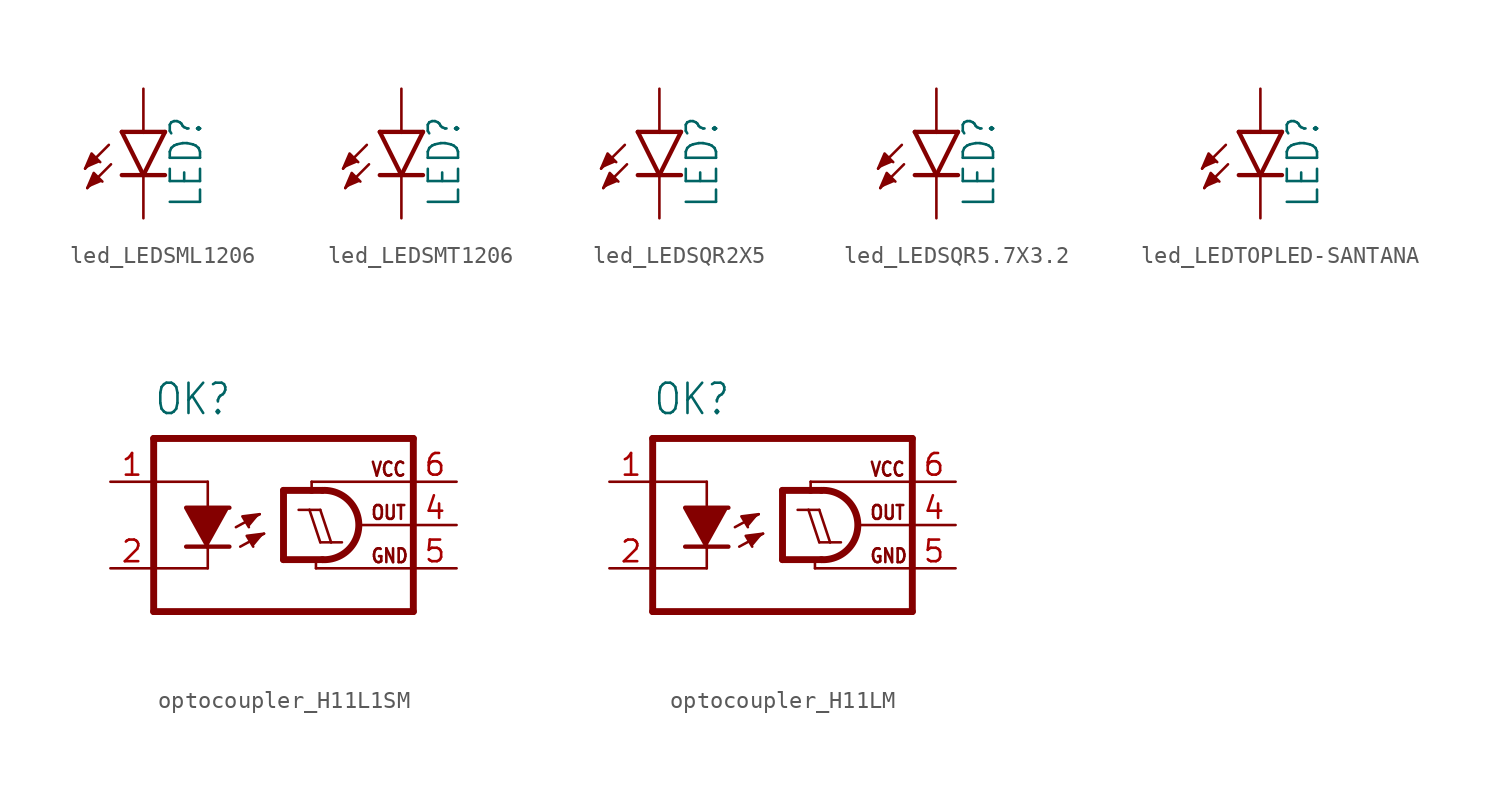
<source format=kicad_sym>
(kicad_symbol_lib
  (version 20241209)
  (generator "kicad_symbol_editor")
  (generator_version "9.0")
  (symbol "led_LEDSML1206"
    (property "Reference" "LED"
      (at 3.556 -4.572 90)
      (effects (font (size 1.778 1.511)) (justify left bottom)))
    (property "Value" ""
      (at 5.715 -4.572 90)
      (effects (font (size 1.778 1.511)) (justify left bottom)))
    (property "ki_locked" ""
      (at 0 0 0)
      (effects (font (size 1.27 1.27))))
    (symbol "led_LEDSML1206_1_0"
      (polyline (pts (xy -3.429 -2.159) (xy -3.048 -1.27) (xy -2.54 -1.778)) (stroke (width 0.152) (type solid)) (fill (type outline)))
      (polyline (pts (xy -3.302 -3.302) (xy -2.921 -2.413) (xy -2.413 -2.921)) (stroke (width 0.152) (type solid)) (fill (type outline)))
      (polyline (pts (xy -2.032 -0.762) (xy -3.429 -2.159)) (stroke (width 0.152) (type solid)) (fill (type none)))
      (polyline (pts (xy -1.905 -1.905) (xy -3.302 -3.302)) (stroke (width 0.152) (type solid)) (fill (type none)))
      (polyline (pts (xy 0 0) (xy -1.27 0)) (stroke (width 0.254) (type solid)) (fill (type none)))
      (polyline (pts (xy 0 -2.54) (xy -1.27 0)) (stroke (width 0.254) (type solid)) (fill (type none)))
      (polyline (pts (xy 0 -2.54) (xy -1.27 -2.54)) (stroke (width 0.254) (type solid)) (fill (type none)))
      (polyline (pts (xy 1.27 0) (xy 0 0)) (stroke (width 0.254) (type solid)) (fill (type none)))
      (polyline (pts (xy 1.27 0) (xy 0 -2.54)) (stroke (width 0.254) (type solid)) (fill (type none)))
      (polyline (pts (xy 1.27 -2.54) (xy 0 -2.54)) (stroke (width 0.254) (type solid)) (fill (type none)))
      (pin passive line (at 0 2.54 270) (length 2.54) (name "A" (effects (font (size 0 0)))) (number "A" (effects (font (size 0 0)))))
      (pin passive line (at 0 -5.08 90) (length 2.54) (name "C" (effects (font (size 0 0)))) (number "C" (effects (font (size 0 0)))))))
  (symbol "led_LEDSMT1206"
    (property "Reference" "LED"
      (at 3.556 -4.572 90)
      (effects (font (size 1.778 1.511)) (justify left bottom)))
    (property "Value" ""
      (at 5.715 -4.572 90)
      (effects (font (size 1.778 1.511)) (justify left bottom)))
    (property "ki_locked" ""
      (at 0 0 0)
      (effects (font (size 1.27 1.27))))
    (symbol "led_LEDSMT1206_1_0"
      (polyline (pts (xy -3.429 -2.159) (xy -3.048 -1.27) (xy -2.54 -1.778)) (stroke (width 0.152) (type solid)) (fill (type outline)))
      (polyline (pts (xy -3.302 -3.302) (xy -2.921 -2.413) (xy -2.413 -2.921)) (stroke (width 0.152) (type solid)) (fill (type outline)))
      (polyline (pts (xy -2.032 -0.762) (xy -3.429 -2.159)) (stroke (width 0.152) (type solid)) (fill (type none)))
      (polyline (pts (xy -1.905 -1.905) (xy -3.302 -3.302)) (stroke (width 0.152) (type solid)) (fill (type none)))
      (polyline (pts (xy 0 0) (xy -1.27 0)) (stroke (width 0.254) (type solid)) (fill (type none)))
      (polyline (pts (xy 0 -2.54) (xy -1.27 0)) (stroke (width 0.254) (type solid)) (fill (type none)))
      (polyline (pts (xy 0 -2.54) (xy -1.27 -2.54)) (stroke (width 0.254) (type solid)) (fill (type none)))
      (polyline (pts (xy 1.27 0) (xy 0 0)) (stroke (width 0.254) (type solid)) (fill (type none)))
      (polyline (pts (xy 1.27 0) (xy 0 -2.54)) (stroke (width 0.254) (type solid)) (fill (type none)))
      (polyline (pts (xy 1.27 -2.54) (xy 0 -2.54)) (stroke (width 0.254) (type solid)) (fill (type none)))
      (pin passive line (at 0 2.54 270) (length 2.54) (name "A" (effects (font (size 0 0)))) (number "A" (effects (font (size 0 0)))))
      (pin passive line (at 0 -5.08 90) (length 2.54) (name "C" (effects (font (size 0 0)))) (number "C" (effects (font (size 0 0)))))))
  (symbol "led_LEDSQR2X5"
    (property "Reference" "LED"
      (at 3.556 -4.572 90)
      (effects (font (size 1.778 1.511)) (justify left bottom)))
    (property "Value" ""
      (at 5.715 -4.572 90)
      (effects (font (size 1.778 1.511)) (justify left bottom)))
    (property "ki_locked" ""
      (at 0 0 0)
      (effects (font (size 1.27 1.27))))
    (symbol "led_LEDSQR2X5_1_0"
      (polyline (pts (xy -3.429 -2.159) (xy -3.048 -1.27) (xy -2.54 -1.778)) (stroke (width 0.152) (type solid)) (fill (type outline)))
      (polyline (pts (xy -3.302 -3.302) (xy -2.921 -2.413) (xy -2.413 -2.921)) (stroke (width 0.152) (type solid)) (fill (type outline)))
      (polyline (pts (xy -2.032 -0.762) (xy -3.429 -2.159)) (stroke (width 0.152) (type solid)) (fill (type none)))
      (polyline (pts (xy -1.905 -1.905) (xy -3.302 -3.302)) (stroke (width 0.152) (type solid)) (fill (type none)))
      (polyline (pts (xy 0 0) (xy -1.27 0)) (stroke (width 0.254) (type solid)) (fill (type none)))
      (polyline (pts (xy 0 -2.54) (xy -1.27 0)) (stroke (width 0.254) (type solid)) (fill (type none)))
      (polyline (pts (xy 0 -2.54) (xy -1.27 -2.54)) (stroke (width 0.254) (type solid)) (fill (type none)))
      (polyline (pts (xy 1.27 0) (xy 0 0)) (stroke (width 0.254) (type solid)) (fill (type none)))
      (polyline (pts (xy 1.27 0) (xy 0 -2.54)) (stroke (width 0.254) (type solid)) (fill (type none)))
      (polyline (pts (xy 1.27 -2.54) (xy 0 -2.54)) (stroke (width 0.254) (type solid)) (fill (type none)))
      (pin passive line (at 0 2.54 270) (length 2.54) (name "A" (effects (font (size 0 0)))) (number "A" (effects (font (size 0 0)))))
      (pin passive line (at 0 -5.08 90) (length 2.54) (name "C" (effects (font (size 0 0)))) (number "K" (effects (font (size 0 0)))))))
  (symbol "led_LEDSQR5.7X3.2"
    (property "Reference" "LED"
      (at 3.556 -4.572 90)
      (effects (font (size 1.778 1.511)) (justify left bottom)))
    (property "Value" ""
      (at 5.715 -4.572 90)
      (effects (font (size 1.778 1.511)) (justify left bottom)))
    (property "ki_locked" ""
      (at 0 0 0)
      (effects (font (size 1.27 1.27))))
    (symbol "led_LEDSQR5.7X3.2_1_0"
      (polyline (pts (xy -3.429 -2.159) (xy -3.048 -1.27) (xy -2.54 -1.778)) (stroke (width 0.152) (type solid)) (fill (type outline)))
      (polyline (pts (xy -3.302 -3.302) (xy -2.921 -2.413) (xy -2.413 -2.921)) (stroke (width 0.152) (type solid)) (fill (type outline)))
      (polyline (pts (xy -2.032 -0.762) (xy -3.429 -2.159)) (stroke (width 0.152) (type solid)) (fill (type none)))
      (polyline (pts (xy -1.905 -1.905) (xy -3.302 -3.302)) (stroke (width 0.152) (type solid)) (fill (type none)))
      (polyline (pts (xy 0 0) (xy -1.27 0)) (stroke (width 0.254) (type solid)) (fill (type none)))
      (polyline (pts (xy 0 -2.54) (xy -1.27 0)) (stroke (width 0.254) (type solid)) (fill (type none)))
      (polyline (pts (xy 0 -2.54) (xy -1.27 -2.54)) (stroke (width 0.254) (type solid)) (fill (type none)))
      (polyline (pts (xy 1.27 0) (xy 0 0)) (stroke (width 0.254) (type solid)) (fill (type none)))
      (polyline (pts (xy 1.27 0) (xy 0 -2.54)) (stroke (width 0.254) (type solid)) (fill (type none)))
      (polyline (pts (xy 1.27 -2.54) (xy 0 -2.54)) (stroke (width 0.254) (type solid)) (fill (type none)))
      (pin passive line (at 0 2.54 270) (length 2.54) (name "A" (effects (font (size 0 0)))) (number "A" (effects (font (size 0 0)))))
      (pin passive line (at 0 -5.08 90) (length 2.54) (name "C" (effects (font (size 0 0)))) (number "K" (effects (font (size 0 0)))))))
  (symbol "led_LEDTOPLED-SANTANA"
    (property "Reference" "LED"
      (at 3.556 -4.572 90)
      (effects (font (size 1.778 1.511)) (justify left bottom)))
    (property "Value" ""
      (at 5.715 -4.572 90)
      (effects (font (size 1.778 1.511)) (justify left bottom)))
    (property "ki_locked" ""
      (at 0 0 0)
      (effects (font (size 1.27 1.27))))
    (symbol "led_LEDTOPLED-SANTANA_1_0"
      (polyline (pts (xy -3.429 -2.159) (xy -3.048 -1.27) (xy -2.54 -1.778)) (stroke (width 0.152) (type solid)) (fill (type outline)))
      (polyline (pts (xy -3.302 -3.302) (xy -2.921 -2.413) (xy -2.413 -2.921)) (stroke (width 0.152) (type solid)) (fill (type outline)))
      (polyline (pts (xy -2.032 -0.762) (xy -3.429 -2.159)) (stroke (width 0.152) (type solid)) (fill (type none)))
      (polyline (pts (xy -1.905 -1.905) (xy -3.302 -3.302)) (stroke (width 0.152) (type solid)) (fill (type none)))
      (polyline (pts (xy 0 0) (xy -1.27 0)) (stroke (width 0.254) (type solid)) (fill (type none)))
      (polyline (pts (xy 0 -2.54) (xy -1.27 0)) (stroke (width 0.254) (type solid)) (fill (type none)))
      (polyline (pts (xy 0 -2.54) (xy -1.27 -2.54)) (stroke (width 0.254) (type solid)) (fill (type none)))
      (polyline (pts (xy 1.27 0) (xy 0 0)) (stroke (width 0.254) (type solid)) (fill (type none)))
      (polyline (pts (xy 1.27 0) (xy 0 -2.54)) (stroke (width 0.254) (type solid)) (fill (type none)))
      (polyline (pts (xy 1.27 -2.54) (xy 0 -2.54)) (stroke (width 0.254) (type solid)) (fill (type none)))
      (pin passive line (at 0 2.54 270) (length 2.54) (name "A" (effects (font (size 0 0)))) (number "A" (effects (font (size 0 0)))))
      (pin passive line (at 0 -5.08 90) (length 2.54) (name "C" (effects (font (size 0 0)))) (number "C" (effects (font (size 0 0)))))))
  (symbol "optocoupler_H11L1SM"
    (property "Reference" "OK"
      (at -7.62 6.35 0)
      (effects (font (size 1.778 1.511)) (justify left bottom)))
    (property "Value" ""
      (at -7.62 -7.62 0)
      (effects (font (size 1.778 1.511)) (justify left bottom)))
    (symbol "optocoupler_H11L1SM_1_0"
      (polyline (pts (xy -7.62 5.08) (xy -7.62 -5.08)) (stroke (width 0.406) (type solid)) (fill (type none)))
      (polyline (pts (xy -7.62 2.54) (xy -4.445 2.54)) (stroke (width 0.152) (type solid)) (fill (type none)))
      (polyline (pts (xy -7.62 -2.54) (xy -4.445 -2.54)) (stroke (width 0.152) (type solid)) (fill (type none)))
      (polyline (pts (xy -4.445 1.143) (xy -4.445 2.54)) (stroke (width 0.152) (type solid)) (fill (type none)))
      (polyline (pts (xy -4.445 -1.27) (xy -5.715 -1.27)) (stroke (width 0.254) (type solid)) (fill (type none)))
      (polyline (pts (xy -4.445 -1.27) (xy -5.715 1.016) (xy -3.175 1.016)) (stroke (width 0.254) (type solid)) (fill (type outline)))
      (polyline (pts (xy -4.445 -2.54) (xy -4.445 -1.27)) (stroke (width 0.152) (type solid)) (fill (type none)))
      (polyline (pts (xy -3.175 -1.27) (xy -4.445 -1.27)) (stroke (width 0.254) (type solid)) (fill (type none)))
      (polyline (pts (xy -2.794 -0.127) (xy -1.397 0.635)) (stroke (width 0.152) (type solid)) (fill (type none)))
      (polyline (pts (xy -2.54 -1.27) (xy -1.143 -0.508)) (stroke (width 0.152) (type solid)) (fill (type none)))
      (polyline (pts (xy -1.397 0.635) (xy -2.413 0.508) (xy -2.032 -0.127)) (stroke (width 0.152) (type solid)) (fill (type outline)))
      (polyline (pts (xy -1.143 -0.508) (xy -2.159 -0.635) (xy -1.778 -1.27)) (stroke (width 0.152) (type solid)) (fill (type outline)))
      (polyline (pts (xy 0 2.032) (xy 0 -2.032)) (stroke (width 0.406) (type solid)) (fill (type none)))
      (polyline (pts (xy 0 2.032) (xy 1.651 2.032)) (stroke (width 0.406) (type solid)) (fill (type none)))
      (polyline (pts (xy 1.524 0.889) (xy 0.889 0.889)) (stroke (width 0.152) (type solid)) (fill (type none)))
      (polyline (pts (xy 1.651 2.54) (xy 7.62 2.54)) (stroke (width 0.152) (type solid)) (fill (type none)))
      (polyline (pts (xy 1.651 2.032) (xy 1.651 2.54)) (stroke (width 0.152) (type solid)) (fill (type none)))
      (polyline (pts (xy 1.651 2.032) (xy 2.286 2.032)) (stroke (width 0.406) (type solid)) (fill (type none)))
      (polyline (pts (xy 1.905 -2.159) (xy 1.905 -2.54)) (stroke (width 0.152) (type solid)) (fill (type none)))
      (polyline (pts (xy 1.905 -2.54) (xy 7.62 -2.54)) (stroke (width 0.152) (type solid)) (fill (type none)))
      (polyline (pts (xy 2.159 0.889) (xy 1.524 0.889)) (stroke (width 0.152) (type solid)) (fill (type none)))
      (polyline (pts (xy 2.159 -1.016) (xy 1.524 0.889)) (stroke (width 0.152) (type solid)) (fill (type none)))
      (polyline (pts (xy 2.286 -2.032) (xy 0 -2.032)) (stroke (width 0.406) (type solid)) (fill (type none)))
      (arc (start 2.286 2.032) (mid 4.422 -0.0001) (end 2.2858 -2.032) (stroke (width 0.4064) (type solid)) (fill (type none)))
      (polyline (pts (xy 2.794 -1.016) (xy 2.159 0.889)) (stroke (width 0.152) (type solid)) (fill (type none)))
      (polyline (pts (xy 2.794 -1.016) (xy 2.159 -1.016)) (stroke (width 0.152) (type solid)) (fill (type none)))
      (polyline (pts (xy 3.429 -1.016) (xy 2.794 -1.016)) (stroke (width 0.152) (type solid)) (fill (type none)))
      (polyline (pts (xy 4.572 0) (xy 7.62 0)) (stroke (width 0.152) (type solid)) (fill (type none)))
      (polyline (pts (xy 7.62 5.08) (xy -7.62 5.08)) (stroke (width 0.406) (type solid)) (fill (type none)))
      (polyline (pts (xy 7.62 5.08) (xy 7.62 -5.08)) (stroke (width 0.406) (type solid)) (fill (type none)))
      (polyline (pts (xy 7.62 -5.08) (xy -7.62 -5.08)) (stroke (width 0.406) (type solid)) (fill (type none)))
      (text "VCC" (at 5.08 2.794 0) (effects (font (size 0.813 0.691)) (justify left bottom)))
      (text "OUT" (at 5.08 0.254 0) (effects (font (size 0.813 0.691)) (justify left bottom)))
      (text "GND" (at 5.08 -2.286 0) (effects (font (size 0.813 0.691)) (justify left bottom)))
      (pin passive line (at -10.16 2.54 0) (length 2.54) (name "A" (effects (font (size 0 0)))) (number "1" (effects (font (size 1.27 1.27)))))
      (pin passive line (at -10.16 -2.54 0) (length 2.54) (name "C" (effects (font (size 0 0)))) (number "2" (effects (font (size 1.27 1.27)))))
      (pin power_in line (at 10.16 2.54 180) (length 2.54) (name "VCC" (effects (font (size 0 0)))) (number "6" (effects (font (size 1.27 1.27)))))
      (pin output line (at 10.16 0 180) (length 2.54) (name "OUT" (effects (font (size 0 0)))) (number "4" (effects (font (size 1.27 1.27)))))
      (pin power_in line (at 10.16 -2.54 180) (length 2.54) (name "GND" (effects (font (size 0 0)))) (number "5" (effects (font (size 1.27 1.27))))))
    (symbol "optocoupler_H11L1SM_1_1"
      (pin no_connect line (at -10.16 -3.81 0) (length 2.54) (hide yes) (name "NC" (effects (font (size 0.635 0.635)))) (number "3" (effects (font (size 0.635 0.635)))))))
  (symbol "optocoupler_H11LM"
    (property "Reference" "OK"
      (at -7.62 6.35 0)
      (effects (font (size 1.778 1.511)) (justify left bottom)))
    (property "Value" ""
      (at -7.62 -7.62 0)
      (effects (font (size 1.778 1.511)) (justify left bottom)))
    (property "ki_locked" ""
      (at 0 0 0)
      (effects (font (size 1.27 1.27))))
    (symbol "optocoupler_H11LM_1_0"
      (polyline (pts (xy -7.62 5.08) (xy -7.62 -5.08)) (stroke (width 0.406) (type solid)) (fill (type none)))
      (polyline (pts (xy -7.62 2.54) (xy -4.445 2.54)) (stroke (width 0.152) (type solid)) (fill (type none)))
      (polyline (pts (xy -7.62 -2.54) (xy -4.445 -2.54)) (stroke (width 0.152) (type solid)) (fill (type none)))
      (polyline (pts (xy -4.445 1.143) (xy -4.445 2.54)) (stroke (width 0.152) (type solid)) (fill (type none)))
      (polyline (pts (xy -4.445 -1.27) (xy -5.715 -1.27)) (stroke (width 0.254) (type solid)) (fill (type none)))
      (polyline (pts (xy -4.445 -1.27) (xy -5.715 1.016) (xy -3.175 1.016)) (stroke (width 0.254) (type solid)) (fill (type outline)))
      (polyline (pts (xy -4.445 -2.54) (xy -4.445 -1.27)) (stroke (width 0.152) (type solid)) (fill (type none)))
      (polyline (pts (xy -3.175 -1.27) (xy -4.445 -1.27)) (stroke (width 0.254) (type solid)) (fill (type none)))
      (polyline (pts (xy -2.794 -0.127) (xy -1.397 0.635)) (stroke (width 0.152) (type solid)) (fill (type none)))
      (polyline (pts (xy -2.54 -1.27) (xy -1.143 -0.508)) (stroke (width 0.152) (type solid)) (fill (type none)))
      (polyline (pts (xy -1.397 0.635) (xy -2.413 0.508) (xy -2.032 -0.127)) (stroke (width 0.152) (type solid)) (fill (type outline)))
      (polyline (pts (xy -1.143 -0.508) (xy -2.159 -0.635) (xy -1.778 -1.27)) (stroke (width 0.152) (type solid)) (fill (type outline)))
      (polyline (pts (xy 0 2.032) (xy 0 -2.032)) (stroke (width 0.406) (type solid)) (fill (type none)))
      (polyline (pts (xy 0 2.032) (xy 1.651 2.032)) (stroke (width 0.406) (type solid)) (fill (type none)))
      (polyline (pts (xy 1.524 0.889) (xy 0.889 0.889)) (stroke (width 0.152) (type solid)) (fill (type none)))
      (polyline (pts (xy 1.651 2.54) (xy 7.62 2.54)) (stroke (width 0.152) (type solid)) (fill (type none)))
      (polyline (pts (xy 1.651 2.032) (xy 1.651 2.54)) (stroke (width 0.152) (type solid)) (fill (type none)))
      (polyline (pts (xy 1.651 2.032) (xy 2.286 2.032)) (stroke (width 0.406) (type solid)) (fill (type none)))
      (polyline (pts (xy 1.905 -2.159) (xy 1.905 -2.54)) (stroke (width 0.152) (type solid)) (fill (type none)))
      (polyline (pts (xy 1.905 -2.54) (xy 7.62 -2.54)) (stroke (width 0.152) (type solid)) (fill (type none)))
      (polyline (pts (xy 2.159 0.889) (xy 1.524 0.889)) (stroke (width 0.152) (type solid)) (fill (type none)))
      (polyline (pts (xy 2.159 -1.016) (xy 1.524 0.889)) (stroke (width 0.152) (type solid)) (fill (type none)))
      (polyline (pts (xy 2.286 -2.032) (xy 0 -2.032)) (stroke (width 0.406) (type solid)) (fill (type none)))
      (arc (start 2.286 2.032) (mid 4.422 -0.0001) (end 2.2858 -2.032) (stroke (width 0.4064) (type solid)) (fill (type none)))
      (polyline (pts (xy 2.794 -1.016) (xy 2.159 0.889)) (stroke (width 0.152) (type solid)) (fill (type none)))
      (polyline (pts (xy 2.794 -1.016) (xy 2.159 -1.016)) (stroke (width 0.152) (type solid)) (fill (type none)))
      (polyline (pts (xy 3.429 -1.016) (xy 2.794 -1.016)) (stroke (width 0.152) (type solid)) (fill (type none)))
      (polyline (pts (xy 4.572 0) (xy 7.62 0)) (stroke (width 0.152) (type solid)) (fill (type none)))
      (polyline (pts (xy 7.62 5.08) (xy -7.62 5.08)) (stroke (width 0.406) (type solid)) (fill (type none)))
      (polyline (pts (xy 7.62 5.08) (xy 7.62 -5.08)) (stroke (width 0.406) (type solid)) (fill (type none)))
      (polyline (pts (xy 7.62 -5.08) (xy -7.62 -5.08)) (stroke (width 0.406) (type solid)) (fill (type none)))
      (text "VCC" (at 5.08 2.794 0) (effects (font (size 0.813 0.691)) (justify left bottom)))
      (text "OUT" (at 5.08 0.254 0) (effects (font (size 0.813 0.691)) (justify left bottom)))
      (text "GND" (at 5.08 -2.286 0) (effects (font (size 0.813 0.691)) (justify left bottom)))
      (pin passive line (at -10.16 2.54 0) (length 2.54) (name "A" (effects (font (size 0 0)))) (number "1" (effects (font (size 1.27 1.27)))))
      (pin passive line (at -10.16 -2.54 0) (length 2.54) (name "C" (effects (font (size 0 0)))) (number "2" (effects (font (size 1.27 1.27)))))
      (pin power_in line (at 10.16 2.54 180) (length 2.54) (name "VCC" (effects (font (size 0 0)))) (number "6" (effects (font (size 1.27 1.27)))))
      (pin output line (at 10.16 0 180) (length 2.54) (name "OUT" (effects (font (size 0 0)))) (number "4" (effects (font (size 1.27 1.27)))))
      (pin power_in line (at 10.16 -2.54 180) (length 2.54) (name "GND" (effects (font (size 0 0)))) (number "5" (effects (font (size 1.27 1.27))))))))
</source>
